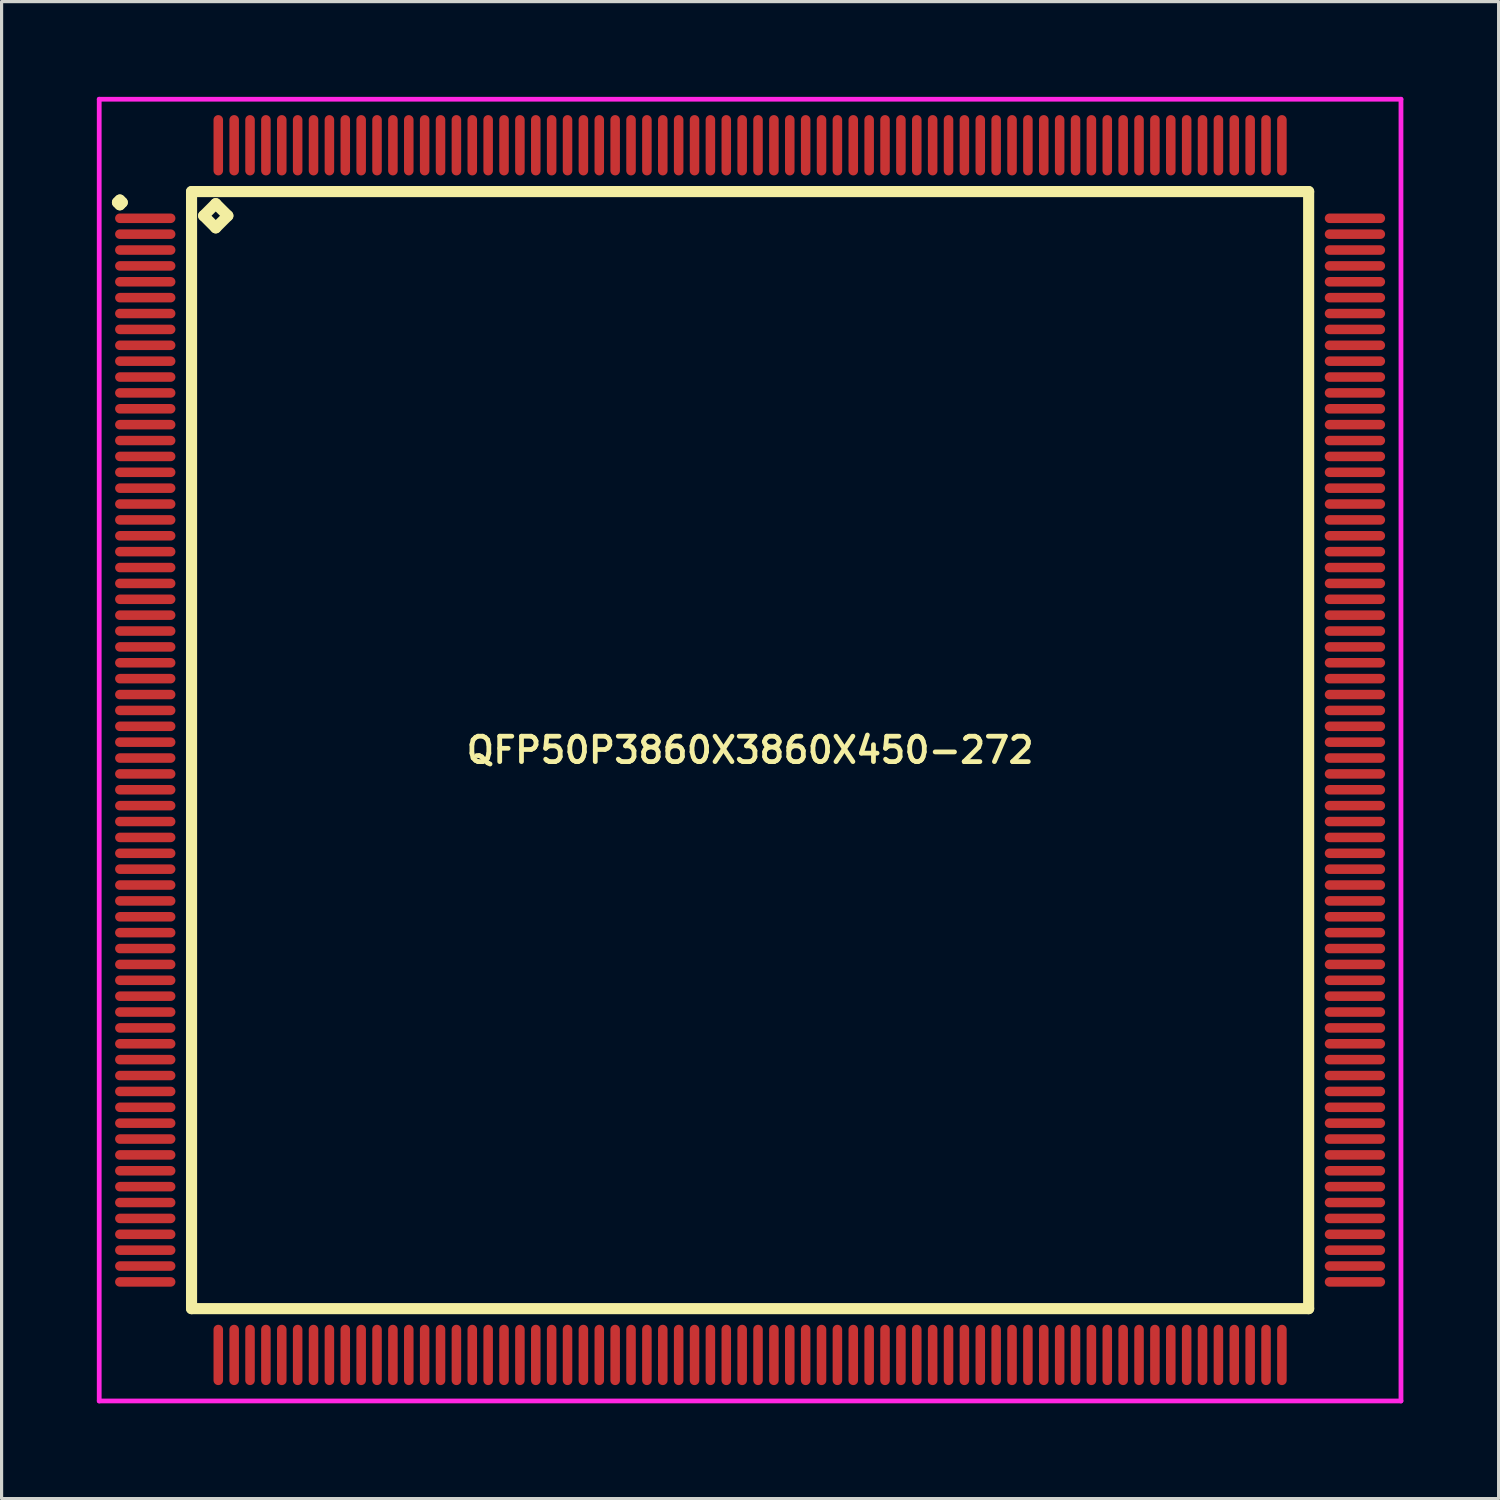
<source format=kicad_pcb>
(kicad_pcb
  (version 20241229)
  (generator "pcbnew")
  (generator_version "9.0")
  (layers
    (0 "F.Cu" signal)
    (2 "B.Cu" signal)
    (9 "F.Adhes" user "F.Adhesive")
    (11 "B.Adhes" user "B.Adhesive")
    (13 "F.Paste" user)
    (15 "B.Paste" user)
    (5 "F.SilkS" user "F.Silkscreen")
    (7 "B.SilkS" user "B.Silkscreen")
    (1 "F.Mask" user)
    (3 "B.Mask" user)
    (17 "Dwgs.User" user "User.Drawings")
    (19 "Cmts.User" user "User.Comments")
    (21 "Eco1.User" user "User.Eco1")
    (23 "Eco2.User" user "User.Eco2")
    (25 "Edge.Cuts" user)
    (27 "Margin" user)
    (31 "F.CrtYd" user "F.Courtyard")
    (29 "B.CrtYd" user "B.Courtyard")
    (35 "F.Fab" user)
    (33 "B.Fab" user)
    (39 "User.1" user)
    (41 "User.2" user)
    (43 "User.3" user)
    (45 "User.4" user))
  (footprint "QFP50P3860X3860X450-272"
    (layer "F.Cu")
    (at 20.575 20.575)
    (property "Reference" "QFP50P3860X3860X450-272" (at 0 0 0) (layer "F.SilkS") (effects (font (size 0.8 0.8) (thickness 0.15))))
    (attr smd)
    (fp_line (start -19.925 -17.25) (end -19.85 -17.325) (stroke (width 0.35) (type solid)) (layer "F.SilkS"))
    (fp_line (start -19.85 -17.325) (end -19.775 -17.25) (stroke (width 0.35) (type solid)) (layer "F.SilkS"))
    (fp_line (start -19.85 -17.175) (end -19.925 -17.25) (stroke (width 0.35) (type solid)) (layer "F.SilkS"))
    (fp_line (start -19.775 -17.25) (end -19.85 -17.175) (stroke (width 0.35) (type solid)) (layer "F.SilkS"))
    (fp_line (start -17.592 -17.592) (end -17.592 17.592) (stroke (width 0.35) (type solid)) (layer "F.SilkS"))
    (fp_line (start -17.592 17.592) (end 17.592 17.592) (stroke (width 0.35) (type solid)) (layer "F.SilkS"))
    (fp_line (start -17.211 -16.83) (end -16.83 -17.211) (stroke (width 0.35) (type solid)) (layer "F.SilkS"))
    (fp_line (start -16.83 -17.211) (end -16.449 -16.83) (stroke (width 0.35) (type solid)) (layer "F.SilkS"))
    (fp_line (start -16.83 -16.449) (end -17.211 -16.83) (stroke (width 0.35) (type solid)) (layer "F.SilkS"))
    (fp_line (start -16.449 -16.83) (end -16.83 -16.449) (stroke (width 0.35) (type solid)) (layer "F.SilkS"))
    (fp_line (start 17.592 -17.592) (end -17.592 -17.592) (stroke (width 0.35) (type solid)) (layer "F.SilkS"))
    (fp_line (start 17.592 17.592) (end 17.592 -17.592) (stroke (width 0.35) (type solid)) (layer "F.SilkS"))
    (fp_line (start -20.5 -20.5) (end 20.5 -20.5) (stroke (width 0.15) (type solid)) (layer "F.CrtYd"))
    (fp_line (start -20.5 20.5) (end -20.5 -20.5) (stroke (width 0.15) (type solid)) (layer "F.CrtYd"))
    (fp_line (start 20.5 -20.5) (end 20.5 20.5) (stroke (width 0.15) (type solid)) (layer "F.CrtYd"))
    (fp_line (start 20.5 20.5) (end -20.5 20.5) (stroke (width 0.15) (type solid)) (layer "F.CrtYd"))
    (pad "1" smd oval (at -19.05 -16.75) (size 1.9 0.3) (layers "F.Cu" "F.Mask" "F.Paste"))
    (pad "2" smd oval (at -19.05 -16.25) (size 1.9 0.3) (layers "F.Cu" "F.Mask" "F.Paste"))
    (pad "3" smd oval (at -19.05 -15.75) (size 1.9 0.3) (layers "F.Cu" "F.Mask" "F.Paste"))
    (pad "4" smd oval (at -19.05 -15.25) (size 1.9 0.3) (layers "F.Cu" "F.Mask" "F.Paste"))
    (pad "5" smd oval (at -19.05 -14.75) (size 1.9 0.3) (layers "F.Cu" "F.Mask" "F.Paste"))
    (pad "6" smd oval (at -19.05 -14.25) (size 1.9 0.3) (layers "F.Cu" "F.Mask" "F.Paste"))
    (pad "7" smd oval (at -19.05 -13.75) (size 1.9 0.3) (layers "F.Cu" "F.Mask" "F.Paste"))
    (pad "8" smd oval (at -19.05 -13.25) (size 1.9 0.3) (layers "F.Cu" "F.Mask" "F.Paste"))
    (pad "9" smd oval (at -19.05 -12.75) (size 1.9 0.3) (layers "F.Cu" "F.Mask" "F.Paste"))
    (pad "10" smd oval (at -19.05 -12.25) (size 1.9 0.3) (layers "F.Cu" "F.Mask" "F.Paste"))
    (pad "11" smd oval (at -19.05 -11.75) (size 1.9 0.3) (layers "F.Cu" "F.Mask" "F.Paste"))
    (pad "12" smd oval (at -19.05 -11.25) (size 1.9 0.3) (layers "F.Cu" "F.Mask" "F.Paste"))
    (pad "13" smd oval (at -19.05 -10.75) (size 1.9 0.3) (layers "F.Cu" "F.Mask" "F.Paste"))
    (pad "14" smd oval (at -19.05 -10.25) (size 1.9 0.3) (layers "F.Cu" "F.Mask" "F.Paste"))
    (pad "15" smd oval (at -19.05 -9.75) (size 1.9 0.3) (layers "F.Cu" "F.Mask" "F.Paste"))
    (pad "16" smd oval (at -19.05 -9.25) (size 1.9 0.3) (layers "F.Cu" "F.Mask" "F.Paste"))
    (pad "17" smd oval (at -19.05 -8.75) (size 1.9 0.3) (layers "F.Cu" "F.Mask" "F.Paste"))
    (pad "18" smd oval (at -19.05 -8.25) (size 1.9 0.3) (layers "F.Cu" "F.Mask" "F.Paste"))
    (pad "19" smd oval (at -19.05 -7.75) (size 1.9 0.3) (layers "F.Cu" "F.Mask" "F.Paste"))
    (pad "20" smd oval (at -19.05 -7.25) (size 1.9 0.3) (layers "F.Cu" "F.Mask" "F.Paste"))
    (pad "21" smd oval (at -19.05 -6.75) (size 1.9 0.3) (layers "F.Cu" "F.Mask" "F.Paste"))
    (pad "22" smd oval (at -19.05 -6.25) (size 1.9 0.3) (layers "F.Cu" "F.Mask" "F.Paste"))
    (pad "23" smd oval (at -19.05 -5.75) (size 1.9 0.3) (layers "F.Cu" "F.Mask" "F.Paste"))
    (pad "24" smd oval (at -19.05 -5.25) (size 1.9 0.3) (layers "F.Cu" "F.Mask" "F.Paste"))
    (pad "25" smd oval (at -19.05 -4.75) (size 1.9 0.3) (layers "F.Cu" "F.Mask" "F.Paste"))
    (pad "26" smd oval (at -19.05 -4.25) (size 1.9 0.3) (layers "F.Cu" "F.Mask" "F.Paste"))
    (pad "27" smd oval (at -19.05 -3.75) (size 1.9 0.3) (layers "F.Cu" "F.Mask" "F.Paste"))
    (pad "28" smd oval (at -19.05 -3.25) (size 1.9 0.3) (layers "F.Cu" "F.Mask" "F.Paste"))
    (pad "29" smd oval (at -19.05 -2.75) (size 1.9 0.3) (layers "F.Cu" "F.Mask" "F.Paste"))
    (pad "30" smd oval (at -19.05 -2.25) (size 1.9 0.3) (layers "F.Cu" "F.Mask" "F.Paste"))
    (pad "31" smd oval (at -19.05 -1.75) (size 1.9 0.3) (layers "F.Cu" "F.Mask" "F.Paste"))
    (pad "32" smd oval (at -19.05 -1.25) (size 1.9 0.3) (layers "F.Cu" "F.Mask" "F.Paste"))
    (pad "33" smd oval (at -19.05 -0.75) (size 1.9 0.3) (layers "F.Cu" "F.Mask" "F.Paste"))
    (pad "34" smd oval (at -19.05 -0.25) (size 1.9 0.3) (layers "F.Cu" "F.Mask" "F.Paste"))
    (pad "35" smd oval (at -19.05 0.25) (size 1.9 0.3) (layers "F.Cu" "F.Mask" "F.Paste"))
    (pad "36" smd oval (at -19.05 0.75) (size 1.9 0.3) (layers "F.Cu" "F.Mask" "F.Paste"))
    (pad "37" smd oval (at -19.05 1.25) (size 1.9 0.3) (layers "F.Cu" "F.Mask" "F.Paste"))
    (pad "38" smd oval (at -19.05 1.75) (size 1.9 0.3) (layers "F.Cu" "F.Mask" "F.Paste"))
    (pad "39" smd oval (at -19.05 2.25) (size 1.9 0.3) (layers "F.Cu" "F.Mask" "F.Paste"))
    (pad "40" smd oval (at -19.05 2.75) (size 1.9 0.3) (layers "F.Cu" "F.Mask" "F.Paste"))
    (pad "41" smd oval (at -19.05 3.25) (size 1.9 0.3) (layers "F.Cu" "F.Mask" "F.Paste"))
    (pad "42" smd oval (at -19.05 3.75) (size 1.9 0.3) (layers "F.Cu" "F.Mask" "F.Paste"))
    (pad "43" smd oval (at -19.05 4.25) (size 1.9 0.3) (layers "F.Cu" "F.Mask" "F.Paste"))
    (pad "44" smd oval (at -19.05 4.75) (size 1.9 0.3) (layers "F.Cu" "F.Mask" "F.Paste"))
    (pad "45" smd oval (at -19.05 5.25) (size 1.9 0.3) (layers "F.Cu" "F.Mask" "F.Paste"))
    (pad "46" smd oval (at -19.05 5.75) (size 1.9 0.3) (layers "F.Cu" "F.Mask" "F.Paste"))
    (pad "47" smd oval (at -19.05 6.25) (size 1.9 0.3) (layers "F.Cu" "F.Mask" "F.Paste"))
    (pad "48" smd oval (at -19.05 6.75) (size 1.9 0.3) (layers "F.Cu" "F.Mask" "F.Paste"))
    (pad "49" smd oval (at -19.05 7.25) (size 1.9 0.3) (layers "F.Cu" "F.Mask" "F.Paste"))
    (pad "50" smd oval (at -19.05 7.75) (size 1.9 0.3) (layers "F.Cu" "F.Mask" "F.Paste"))
    (pad "51" smd oval (at -19.05 8.25) (size 1.9 0.3) (layers "F.Cu" "F.Mask" "F.Paste"))
    (pad "52" smd oval (at -19.05 8.75) (size 1.9 0.3) (layers "F.Cu" "F.Mask" "F.Paste"))
    (pad "53" smd oval (at -19.05 9.25) (size 1.9 0.3) (layers "F.Cu" "F.Mask" "F.Paste"))
    (pad "54" smd oval (at -19.05 9.75) (size 1.9 0.3) (layers "F.Cu" "F.Mask" "F.Paste"))
    (pad "55" smd oval (at -19.05 10.25) (size 1.9 0.3) (layers "F.Cu" "F.Mask" "F.Paste"))
    (pad "56" smd oval (at -19.05 10.75) (size 1.9 0.3) (layers "F.Cu" "F.Mask" "F.Paste"))
    (pad "57" smd oval (at -19.05 11.25) (size 1.9 0.3) (layers "F.Cu" "F.Mask" "F.Paste"))
    (pad "58" smd oval (at -19.05 11.75) (size 1.9 0.3) (layers "F.Cu" "F.Mask" "F.Paste"))
    (pad "59" smd oval (at -19.05 12.25) (size 1.9 0.3) (layers "F.Cu" "F.Mask" "F.Paste"))
    (pad "60" smd oval (at -19.05 12.75) (size 1.9 0.3) (layers "F.Cu" "F.Mask" "F.Paste"))
    (pad "61" smd oval (at -19.05 13.25) (size 1.9 0.3) (layers "F.Cu" "F.Mask" "F.Paste"))
    (pad "62" smd oval (at -19.05 13.75) (size 1.9 0.3) (layers "F.Cu" "F.Mask" "F.Paste"))
    (pad "63" smd oval (at -19.05 14.25) (size 1.9 0.3) (layers "F.Cu" "F.Mask" "F.Paste"))
    (pad "64" smd oval (at -19.05 14.75) (size 1.9 0.3) (layers "F.Cu" "F.Mask" "F.Paste"))
    (pad "65" smd oval (at -19.05 15.25) (size 1.9 0.3) (layers "F.Cu" "F.Mask" "F.Paste"))
    (pad "66" smd oval (at -19.05 15.75) (size 1.9 0.3) (layers "F.Cu" "F.Mask" "F.Paste"))
    (pad "67" smd oval (at -19.05 16.25) (size 1.9 0.3) (layers "F.Cu" "F.Mask" "F.Paste"))
    (pad "68" smd oval (at -19.05 16.75) (size 1.9 0.3) (layers "F.Cu" "F.Mask" "F.Paste"))
    (pad "69" smd oval (at -16.75 19.05) (size 0.3 1.9) (layers "F.Cu" "F.Mask" "F.Paste"))
    (pad "70" smd oval (at -16.25 19.05) (size 0.3 1.9) (layers "F.Cu" "F.Mask" "F.Paste"))
    (pad "71" smd oval (at -15.75 19.05) (size 0.3 1.9) (layers "F.Cu" "F.Mask" "F.Paste"))
    (pad "72" smd oval (at -15.25 19.05) (size 0.3 1.9) (layers "F.Cu" "F.Mask" "F.Paste"))
    (pad "73" smd oval (at -14.75 19.05) (size 0.3 1.9) (layers "F.Cu" "F.Mask" "F.Paste"))
    (pad "74" smd oval (at -14.25 19.05) (size 0.3 1.9) (layers "F.Cu" "F.Mask" "F.Paste"))
    (pad "75" smd oval (at -13.75 19.05) (size 0.3 1.9) (layers "F.Cu" "F.Mask" "F.Paste"))
    (pad "76" smd oval (at -13.25 19.05) (size 0.3 1.9) (layers "F.Cu" "F.Mask" "F.Paste"))
    (pad "77" smd oval (at -12.75 19.05) (size 0.3 1.9) (layers "F.Cu" "F.Mask" "F.Paste"))
    (pad "78" smd oval (at -12.25 19.05) (size 0.3 1.9) (layers "F.Cu" "F.Mask" "F.Paste"))
    (pad "79" smd oval (at -11.75 19.05) (size 0.3 1.9) (layers "F.Cu" "F.Mask" "F.Paste"))
    (pad "80" smd oval (at -11.25 19.05) (size 0.3 1.9) (layers "F.Cu" "F.Mask" "F.Paste"))
    (pad "81" smd oval (at -10.75 19.05) (size 0.3 1.9) (layers "F.Cu" "F.Mask" "F.Paste"))
    (pad "82" smd oval (at -10.25 19.05) (size 0.3 1.9) (layers "F.Cu" "F.Mask" "F.Paste"))
    (pad "83" smd oval (at -9.75 19.05) (size 0.3 1.9) (layers "F.Cu" "F.Mask" "F.Paste"))
    (pad "84" smd oval (at -9.25 19.05) (size 0.3 1.9) (layers "F.Cu" "F.Mask" "F.Paste"))
    (pad "85" smd oval (at -8.75 19.05) (size 0.3 1.9) (layers "F.Cu" "F.Mask" "F.Paste"))
    (pad "86" smd oval (at -8.25 19.05) (size 0.3 1.9) (layers "F.Cu" "F.Mask" "F.Paste"))
    (pad "87" smd oval (at -7.75 19.05) (size 0.3 1.9) (layers "F.Cu" "F.Mask" "F.Paste"))
    (pad "88" smd oval (at -7.25 19.05) (size 0.3 1.9) (layers "F.Cu" "F.Mask" "F.Paste"))
    (pad "89" smd oval (at -6.75 19.05) (size 0.3 1.9) (layers "F.Cu" "F.Mask" "F.Paste"))
    (pad "90" smd oval (at -6.25 19.05) (size 0.3 1.9) (layers "F.Cu" "F.Mask" "F.Paste"))
    (pad "91" smd oval (at -5.75 19.05) (size 0.3 1.9) (layers "F.Cu" "F.Mask" "F.Paste"))
    (pad "92" smd oval (at -5.25 19.05) (size 0.3 1.9) (layers "F.Cu" "F.Mask" "F.Paste"))
    (pad "93" smd oval (at -4.75 19.05) (size 0.3 1.9) (layers "F.Cu" "F.Mask" "F.Paste"))
    (pad "94" smd oval (at -4.25 19.05) (size 0.3 1.9) (layers "F.Cu" "F.Mask" "F.Paste"))
    (pad "95" smd oval (at -3.75 19.05) (size 0.3 1.9) (layers "F.Cu" "F.Mask" "F.Paste"))
    (pad "96" smd oval (at -3.25 19.05) (size 0.3 1.9) (layers "F.Cu" "F.Mask" "F.Paste"))
    (pad "97" smd oval (at -2.75 19.05) (size 0.3 1.9) (layers "F.Cu" "F.Mask" "F.Paste"))
    (pad "98" smd oval (at -2.25 19.05) (size 0.3 1.9) (layers "F.Cu" "F.Mask" "F.Paste"))
    (pad "99" smd oval (at -1.75 19.05) (size 0.3 1.9) (layers "F.Cu" "F.Mask" "F.Paste"))
    (pad "100" smd oval (at -1.25 19.05) (size 0.3 1.9) (layers "F.Cu" "F.Mask" "F.Paste"))
    (pad "101" smd oval (at -0.75 19.05) (size 0.3 1.9) (layers "F.Cu" "F.Mask" "F.Paste"))
    (pad "102" smd oval (at -0.25 19.05) (size 0.3 1.9) (layers "F.Cu" "F.Mask" "F.Paste"))
    (pad "103" smd oval (at 0.25 19.05) (size 0.3 1.9) (layers "F.Cu" "F.Mask" "F.Paste"))
    (pad "104" smd oval (at 0.75 19.05) (size 0.3 1.9) (layers "F.Cu" "F.Mask" "F.Paste"))
    (pad "105" smd oval (at 1.25 19.05) (size 0.3 1.9) (layers "F.Cu" "F.Mask" "F.Paste"))
    (pad "106" smd oval (at 1.75 19.05) (size 0.3 1.9) (layers "F.Cu" "F.Mask" "F.Paste"))
    (pad "107" smd oval (at 2.25 19.05) (size 0.3 1.9) (layers "F.Cu" "F.Mask" "F.Paste"))
    (pad "108" smd oval (at 2.75 19.05) (size 0.3 1.9) (layers "F.Cu" "F.Mask" "F.Paste"))
    (pad "109" smd oval (at 3.25 19.05) (size 0.3 1.9) (layers "F.Cu" "F.Mask" "F.Paste"))
    (pad "110" smd oval (at 3.75 19.05) (size 0.3 1.9) (layers "F.Cu" "F.Mask" "F.Paste"))
    (pad "111" smd oval (at 4.25 19.05) (size 0.3 1.9) (layers "F.Cu" "F.Mask" "F.Paste"))
    (pad "112" smd oval (at 4.75 19.05) (size 0.3 1.9) (layers "F.Cu" "F.Mask" "F.Paste"))
    (pad "113" smd oval (at 5.25 19.05) (size 0.3 1.9) (layers "F.Cu" "F.Mask" "F.Paste"))
    (pad "114" smd oval (at 5.75 19.05) (size 0.3 1.9) (layers "F.Cu" "F.Mask" "F.Paste"))
    (pad "115" smd oval (at 6.25 19.05) (size 0.3 1.9) (layers "F.Cu" "F.Mask" "F.Paste"))
    (pad "116" smd oval (at 6.75 19.05) (size 0.3 1.9) (layers "F.Cu" "F.Mask" "F.Paste"))
    (pad "117" smd oval (at 7.25 19.05) (size 0.3 1.9) (layers "F.Cu" "F.Mask" "F.Paste"))
    (pad "118" smd oval (at 7.75 19.05) (size 0.3 1.9) (layers "F.Cu" "F.Mask" "F.Paste"))
    (pad "119" smd oval (at 8.25 19.05) (size 0.3 1.9) (layers "F.Cu" "F.Mask" "F.Paste"))
    (pad "120" smd oval (at 8.75 19.05) (size 0.3 1.9) (layers "F.Cu" "F.Mask" "F.Paste"))
    (pad "121" smd oval (at 9.25 19.05) (size 0.3 1.9) (layers "F.Cu" "F.Mask" "F.Paste"))
    (pad "122" smd oval (at 9.75 19.05) (size 0.3 1.9) (layers "F.Cu" "F.Mask" "F.Paste"))
    (pad "123" smd oval (at 10.25 19.05) (size 0.3 1.9) (layers "F.Cu" "F.Mask" "F.Paste"))
    (pad "124" smd oval (at 10.75 19.05) (size 0.3 1.9) (layers "F.Cu" "F.Mask" "F.Paste"))
    (pad "125" smd oval (at 11.25 19.05) (size 0.3 1.9) (layers "F.Cu" "F.Mask" "F.Paste"))
    (pad "126" smd oval (at 11.75 19.05) (size 0.3 1.9) (layers "F.Cu" "F.Mask" "F.Paste"))
    (pad "127" smd oval (at 12.25 19.05) (size 0.3 1.9) (layers "F.Cu" "F.Mask" "F.Paste"))
    (pad "128" smd oval (at 12.75 19.05) (size 0.3 1.9) (layers "F.Cu" "F.Mask" "F.Paste"))
    (pad "129" smd oval (at 13.25 19.05) (size 0.3 1.9) (layers "F.Cu" "F.Mask" "F.Paste"))
    (pad "130" smd oval (at 13.75 19.05) (size 0.3 1.9) (layers "F.Cu" "F.Mask" "F.Paste"))
    (pad "131" smd oval (at 14.25 19.05) (size 0.3 1.9) (layers "F.Cu" "F.Mask" "F.Paste"))
    (pad "132" smd oval (at 14.75 19.05) (size 0.3 1.9) (layers "F.Cu" "F.Mask" "F.Paste"))
    (pad "133" smd oval (at 15.25 19.05) (size 0.3 1.9) (layers "F.Cu" "F.Mask" "F.Paste"))
    (pad "134" smd oval (at 15.75 19.05) (size 0.3 1.9) (layers "F.Cu" "F.Mask" "F.Paste"))
    (pad "135" smd oval (at 16.25 19.05) (size 0.3 1.9) (layers "F.Cu" "F.Mask" "F.Paste"))
    (pad "136" smd oval (at 16.75 19.05) (size 0.3 1.9) (layers "F.Cu" "F.Mask" "F.Paste"))
    (pad "137" smd oval (at 19.05 16.75) (size 1.9 0.3) (layers "F.Cu" "F.Mask" "F.Paste"))
    (pad "138" smd oval (at 19.05 16.25) (size 1.9 0.3) (layers "F.Cu" "F.Mask" "F.Paste"))
    (pad "139" smd oval (at 19.05 15.75) (size 1.9 0.3) (layers "F.Cu" "F.Mask" "F.Paste"))
    (pad "140" smd oval (at 19.05 15.25) (size 1.9 0.3) (layers "F.Cu" "F.Mask" "F.Paste"))
    (pad "141" smd oval (at 19.05 14.75) (size 1.9 0.3) (layers "F.Cu" "F.Mask" "F.Paste"))
    (pad "142" smd oval (at 19.05 14.25) (size 1.9 0.3) (layers "F.Cu" "F.Mask" "F.Paste"))
    (pad "143" smd oval (at 19.05 13.75) (size 1.9 0.3) (layers "F.Cu" "F.Mask" "F.Paste"))
    (pad "144" smd oval (at 19.05 13.25) (size 1.9 0.3) (layers "F.Cu" "F.Mask" "F.Paste"))
    (pad "145" smd oval (at 19.05 12.75) (size 1.9 0.3) (layers "F.Cu" "F.Mask" "F.Paste"))
    (pad "146" smd oval (at 19.05 12.25) (size 1.9 0.3) (layers "F.Cu" "F.Mask" "F.Paste"))
    (pad "147" smd oval (at 19.05 11.75) (size 1.9 0.3) (layers "F.Cu" "F.Mask" "F.Paste"))
    (pad "148" smd oval (at 19.05 11.25) (size 1.9 0.3) (layers "F.Cu" "F.Mask" "F.Paste"))
    (pad "149" smd oval (at 19.05 10.75) (size 1.9 0.3) (layers "F.Cu" "F.Mask" "F.Paste"))
    (pad "150" smd oval (at 19.05 10.25) (size 1.9 0.3) (layers "F.Cu" "F.Mask" "F.Paste"))
    (pad "151" smd oval (at 19.05 9.75) (size 1.9 0.3) (layers "F.Cu" "F.Mask" "F.Paste"))
    (pad "152" smd oval (at 19.05 9.25) (size 1.9 0.3) (layers "F.Cu" "F.Mask" "F.Paste"))
    (pad "153" smd oval (at 19.05 8.75) (size 1.9 0.3) (layers "F.Cu" "F.Mask" "F.Paste"))
    (pad "154" smd oval (at 19.05 8.25) (size 1.9 0.3) (layers "F.Cu" "F.Mask" "F.Paste"))
    (pad "155" smd oval (at 19.05 7.75) (size 1.9 0.3) (layers "F.Cu" "F.Mask" "F.Paste"))
    (pad "156" smd oval (at 19.05 7.25) (size 1.9 0.3) (layers "F.Cu" "F.Mask" "F.Paste"))
    (pad "157" smd oval (at 19.05 6.75) (size 1.9 0.3) (layers "F.Cu" "F.Mask" "F.Paste"))
    (pad "158" smd oval (at 19.05 6.25) (size 1.9 0.3) (layers "F.Cu" "F.Mask" "F.Paste"))
    (pad "159" smd oval (at 19.05 5.75) (size 1.9 0.3) (layers "F.Cu" "F.Mask" "F.Paste"))
    (pad "160" smd oval (at 19.05 5.25) (size 1.9 0.3) (layers "F.Cu" "F.Mask" "F.Paste"))
    (pad "161" smd oval (at 19.05 4.75) (size 1.9 0.3) (layers "F.Cu" "F.Mask" "F.Paste"))
    (pad "162" smd oval (at 19.05 4.25) (size 1.9 0.3) (layers "F.Cu" "F.Mask" "F.Paste"))
    (pad "163" smd oval (at 19.05 3.75) (size 1.9 0.3) (layers "F.Cu" "F.Mask" "F.Paste"))
    (pad "164" smd oval (at 19.05 3.25) (size 1.9 0.3) (layers "F.Cu" "F.Mask" "F.Paste"))
    (pad "165" smd oval (at 19.05 2.75) (size 1.9 0.3) (layers "F.Cu" "F.Mask" "F.Paste"))
    (pad "166" smd oval (at 19.05 2.25) (size 1.9 0.3) (layers "F.Cu" "F.Mask" "F.Paste"))
    (pad "167" smd oval (at 19.05 1.75) (size 1.9 0.3) (layers "F.Cu" "F.Mask" "F.Paste"))
    (pad "168" smd oval (at 19.05 1.25) (size 1.9 0.3) (layers "F.Cu" "F.Mask" "F.Paste"))
    (pad "169" smd oval (at 19.05 0.75) (size 1.9 0.3) (layers "F.Cu" "F.Mask" "F.Paste"))
    (pad "170" smd oval (at 19.05 0.25) (size 1.9 0.3) (layers "F.Cu" "F.Mask" "F.Paste"))
    (pad "171" smd oval (at 19.05 -0.25) (size 1.9 0.3) (layers "F.Cu" "F.Mask" "F.Paste"))
    (pad "172" smd oval (at 19.05 -0.75) (size 1.9 0.3) (layers "F.Cu" "F.Mask" "F.Paste"))
    (pad "173" smd oval (at 19.05 -1.25) (size 1.9 0.3) (layers "F.Cu" "F.Mask" "F.Paste"))
    (pad "174" smd oval (at 19.05 -1.75) (size 1.9 0.3) (layers "F.Cu" "F.Mask" "F.Paste"))
    (pad "175" smd oval (at 19.05 -2.25) (size 1.9 0.3) (layers "F.Cu" "F.Mask" "F.Paste"))
    (pad "176" smd oval (at 19.05 -2.75) (size 1.9 0.3) (layers "F.Cu" "F.Mask" "F.Paste"))
    (pad "177" smd oval (at 19.05 -3.25) (size 1.9 0.3) (layers "F.Cu" "F.Mask" "F.Paste"))
    (pad "178" smd oval (at 19.05 -3.75) (size 1.9 0.3) (layers "F.Cu" "F.Mask" "F.Paste"))
    (pad "179" smd oval (at 19.05 -4.25) (size 1.9 0.3) (layers "F.Cu" "F.Mask" "F.Paste"))
    (pad "180" smd oval (at 19.05 -4.75) (size 1.9 0.3) (layers "F.Cu" "F.Mask" "F.Paste"))
    (pad "181" smd oval (at 19.05 -5.25) (size 1.9 0.3) (layers "F.Cu" "F.Mask" "F.Paste"))
    (pad "182" smd oval (at 19.05 -5.75) (size 1.9 0.3) (layers "F.Cu" "F.Mask" "F.Paste"))
    (pad "183" smd oval (at 19.05 -6.25) (size 1.9 0.3) (layers "F.Cu" "F.Mask" "F.Paste"))
    (pad "184" smd oval (at 19.05 -6.75) (size 1.9 0.3) (layers "F.Cu" "F.Mask" "F.Paste"))
    (pad "185" smd oval (at 19.05 -7.25) (size 1.9 0.3) (layers "F.Cu" "F.Mask" "F.Paste"))
    (pad "186" smd oval (at 19.05 -7.75) (size 1.9 0.3) (layers "F.Cu" "F.Mask" "F.Paste"))
    (pad "187" smd oval (at 19.05 -8.25) (size 1.9 0.3) (layers "F.Cu" "F.Mask" "F.Paste"))
    (pad "188" smd oval (at 19.05 -8.75) (size 1.9 0.3) (layers "F.Cu" "F.Mask" "F.Paste"))
    (pad "189" smd oval (at 19.05 -9.25) (size 1.9 0.3) (layers "F.Cu" "F.Mask" "F.Paste"))
    (pad "190" smd oval (at 19.05 -9.75) (size 1.9 0.3) (layers "F.Cu" "F.Mask" "F.Paste"))
    (pad "191" smd oval (at 19.05 -10.25) (size 1.9 0.3) (layers "F.Cu" "F.Mask" "F.Paste"))
    (pad "192" smd oval (at 19.05 -10.75) (size 1.9 0.3) (layers "F.Cu" "F.Mask" "F.Paste"))
    (pad "193" smd oval (at 19.05 -11.25) (size 1.9 0.3) (layers "F.Cu" "F.Mask" "F.Paste"))
    (pad "194" smd oval (at 19.05 -11.75) (size 1.9 0.3) (layers "F.Cu" "F.Mask" "F.Paste"))
    (pad "195" smd oval (at 19.05 -12.25) (size 1.9 0.3) (layers "F.Cu" "F.Mask" "F.Paste"))
    (pad "196" smd oval (at 19.05 -12.75) (size 1.9 0.3) (layers "F.Cu" "F.Mask" "F.Paste"))
    (pad "197" smd oval (at 19.05 -13.25) (size 1.9 0.3) (layers "F.Cu" "F.Mask" "F.Paste"))
    (pad "198" smd oval (at 19.05 -13.75) (size 1.9 0.3) (layers "F.Cu" "F.Mask" "F.Paste"))
    (pad "199" smd oval (at 19.05 -14.25) (size 1.9 0.3) (layers "F.Cu" "F.Mask" "F.Paste"))
    (pad "200" smd oval (at 19.05 -14.75) (size 1.9 0.3) (layers "F.Cu" "F.Mask" "F.Paste"))
    (pad "201" smd oval (at 19.05 -15.25) (size 1.9 0.3) (layers "F.Cu" "F.Mask" "F.Paste"))
    (pad "202" smd oval (at 19.05 -15.75) (size 1.9 0.3) (layers "F.Cu" "F.Mask" "F.Paste"))
    (pad "203" smd oval (at 19.05 -16.25) (size 1.9 0.3) (layers "F.Cu" "F.Mask" "F.Paste"))
    (pad "204" smd oval (at 19.05 -16.75) (size 1.9 0.3) (layers "F.Cu" "F.Mask" "F.Paste"))
    (pad "205" smd oval (at 16.75 -19.05) (size 0.3 1.9) (layers "F.Cu" "F.Mask" "F.Paste"))
    (pad "206" smd oval (at 16.25 -19.05) (size 0.3 1.9) (layers "F.Cu" "F.Mask" "F.Paste"))
    (pad "207" smd oval (at 15.75 -19.05) (size 0.3 1.9) (layers "F.Cu" "F.Mask" "F.Paste"))
    (pad "208" smd oval (at 15.25 -19.05) (size 0.3 1.9) (layers "F.Cu" "F.Mask" "F.Paste"))
    (pad "209" smd oval (at 14.75 -19.05) (size 0.3 1.9) (layers "F.Cu" "F.Mask" "F.Paste"))
    (pad "210" smd oval (at 14.25 -19.05) (size 0.3 1.9) (layers "F.Cu" "F.Mask" "F.Paste"))
    (pad "211" smd oval (at 13.75 -19.05) (size 0.3 1.9) (layers "F.Cu" "F.Mask" "F.Paste"))
    (pad "212" smd oval (at 13.25 -19.05) (size 0.3 1.9) (layers "F.Cu" "F.Mask" "F.Paste"))
    (pad "213" smd oval (at 12.75 -19.05) (size 0.3 1.9) (layers "F.Cu" "F.Mask" "F.Paste"))
    (pad "214" smd oval (at 12.25 -19.05) (size 0.3 1.9) (layers "F.Cu" "F.Mask" "F.Paste"))
    (pad "215" smd oval (at 11.75 -19.05) (size 0.3 1.9) (layers "F.Cu" "F.Mask" "F.Paste"))
    (pad "216" smd oval (at 11.25 -19.05) (size 0.3 1.9) (layers "F.Cu" "F.Mask" "F.Paste"))
    (pad "217" smd oval (at 10.75 -19.05) (size 0.3 1.9) (layers "F.Cu" "F.Mask" "F.Paste"))
    (pad "218" smd oval (at 10.25 -19.05) (size 0.3 1.9) (layers "F.Cu" "F.Mask" "F.Paste"))
    (pad "219" smd oval (at 9.75 -19.05) (size 0.3 1.9) (layers "F.Cu" "F.Mask" "F.Paste"))
    (pad "220" smd oval (at 9.25 -19.05) (size 0.3 1.9) (layers "F.Cu" "F.Mask" "F.Paste"))
    (pad "221" smd oval (at 8.75 -19.05) (size 0.3 1.9) (layers "F.Cu" "F.Mask" "F.Paste"))
    (pad "222" smd oval (at 8.25 -19.05) (size 0.3 1.9) (layers "F.Cu" "F.Mask" "F.Paste"))
    (pad "223" smd oval (at 7.75 -19.05) (size 0.3 1.9) (layers "F.Cu" "F.Mask" "F.Paste"))
    (pad "224" smd oval (at 7.25 -19.05) (size 0.3 1.9) (layers "F.Cu" "F.Mask" "F.Paste"))
    (pad "225" smd oval (at 6.75 -19.05) (size 0.3 1.9) (layers "F.Cu" "F.Mask" "F.Paste"))
    (pad "226" smd oval (at 6.25 -19.05) (size 0.3 1.9) (layers "F.Cu" "F.Mask" "F.Paste"))
    (pad "227" smd oval (at 5.75 -19.05) (size 0.3 1.9) (layers "F.Cu" "F.Mask" "F.Paste"))
    (pad "228" smd oval (at 5.25 -19.05) (size 0.3 1.9) (layers "F.Cu" "F.Mask" "F.Paste"))
    (pad "229" smd oval (at 4.75 -19.05) (size 0.3 1.9) (layers "F.Cu" "F.Mask" "F.Paste"))
    (pad "230" smd oval (at 4.25 -19.05) (size 0.3 1.9) (layers "F.Cu" "F.Mask" "F.Paste"))
    (pad "231" smd oval (at 3.75 -19.05) (size 0.3 1.9) (layers "F.Cu" "F.Mask" "F.Paste"))
    (pad "232" smd oval (at 3.25 -19.05) (size 0.3 1.9) (layers "F.Cu" "F.Mask" "F.Paste"))
    (pad "233" smd oval (at 2.75 -19.05) (size 0.3 1.9) (layers "F.Cu" "F.Mask" "F.Paste"))
    (pad "234" smd oval (at 2.25 -19.05) (size 0.3 1.9) (layers "F.Cu" "F.Mask" "F.Paste"))
    (pad "235" smd oval (at 1.75 -19.05) (size 0.3 1.9) (layers "F.Cu" "F.Mask" "F.Paste"))
    (pad "236" smd oval (at 1.25 -19.05) (size 0.3 1.9) (layers "F.Cu" "F.Mask" "F.Paste"))
    (pad "237" smd oval (at 0.75 -19.05) (size 0.3 1.9) (layers "F.Cu" "F.Mask" "F.Paste"))
    (pad "238" smd oval (at 0.25 -19.05) (size 0.3 1.9) (layers "F.Cu" "F.Mask" "F.Paste"))
    (pad "239" smd oval (at -0.25 -19.05) (size 0.3 1.9) (layers "F.Cu" "F.Mask" "F.Paste"))
    (pad "240" smd oval (at -0.75 -19.05) (size 0.3 1.9) (layers "F.Cu" "F.Mask" "F.Paste"))
    (pad "241" smd oval (at -1.25 -19.05) (size 0.3 1.9) (layers "F.Cu" "F.Mask" "F.Paste"))
    (pad "242" smd oval (at -1.75 -19.05) (size 0.3 1.9) (layers "F.Cu" "F.Mask" "F.Paste"))
    (pad "243" smd oval (at -2.25 -19.05) (size 0.3 1.9) (layers "F.Cu" "F.Mask" "F.Paste"))
    (pad "244" smd oval (at -2.75 -19.05) (size 0.3 1.9) (layers "F.Cu" "F.Mask" "F.Paste"))
    (pad "245" smd oval (at -3.25 -19.05) (size 0.3 1.9) (layers "F.Cu" "F.Mask" "F.Paste"))
    (pad "246" smd oval (at -3.75 -19.05) (size 0.3 1.9) (layers "F.Cu" "F.Mask" "F.Paste"))
    (pad "247" smd oval (at -4.25 -19.05) (size 0.3 1.9) (layers "F.Cu" "F.Mask" "F.Paste"))
    (pad "248" smd oval (at -4.75 -19.05) (size 0.3 1.9) (layers "F.Cu" "F.Mask" "F.Paste"))
    (pad "249" smd oval (at -5.25 -19.05) (size 0.3 1.9) (layers "F.Cu" "F.Mask" "F.Paste"))
    (pad "250" smd oval (at -5.75 -19.05) (size 0.3 1.9) (layers "F.Cu" "F.Mask" "F.Paste"))
    (pad "251" smd oval (at -6.25 -19.05) (size 0.3 1.9) (layers "F.Cu" "F.Mask" "F.Paste"))
    (pad "252" smd oval (at -6.75 -19.05) (size 0.3 1.9) (layers "F.Cu" "F.Mask" "F.Paste"))
    (pad "253" smd oval (at -7.25 -19.05) (size 0.3 1.9) (layers "F.Cu" "F.Mask" "F.Paste"))
    (pad "254" smd oval (at -7.75 -19.05) (size 0.3 1.9) (layers "F.Cu" "F.Mask" "F.Paste"))
    (pad "255" smd oval (at -8.25 -19.05) (size 0.3 1.9) (layers "F.Cu" "F.Mask" "F.Paste"))
    (pad "256" smd oval (at -8.75 -19.05) (size 0.3 1.9) (layers "F.Cu" "F.Mask" "F.Paste"))
    (pad "257" smd oval (at -9.25 -19.05) (size 0.3 1.9) (layers "F.Cu" "F.Mask" "F.Paste"))
    (pad "258" smd oval (at -9.75 -19.05) (size 0.3 1.9) (layers "F.Cu" "F.Mask" "F.Paste"))
    (pad "259" smd oval (at -10.25 -19.05) (size 0.3 1.9) (layers "F.Cu" "F.Mask" "F.Paste"))
    (pad "260" smd oval (at -10.75 -19.05) (size 0.3 1.9) (layers "F.Cu" "F.Mask" "F.Paste"))
    (pad "261" smd oval (at -11.25 -19.05) (size 0.3 1.9) (layers "F.Cu" "F.Mask" "F.Paste"))
    (pad "262" smd oval (at -11.75 -19.05) (size 0.3 1.9) (layers "F.Cu" "F.Mask" "F.Paste"))
    (pad "263" smd oval (at -12.25 -19.05) (size 0.3 1.9) (layers "F.Cu" "F.Mask" "F.Paste"))
    (pad "264" smd oval (at -12.75 -19.05) (size 0.3 1.9) (layers "F.Cu" "F.Mask" "F.Paste"))
    (pad "265" smd oval (at -13.25 -19.05) (size 0.3 1.9) (layers "F.Cu" "F.Mask" "F.Paste"))
    (pad "266" smd oval (at -13.75 -19.05) (size 0.3 1.9) (layers "F.Cu" "F.Mask" "F.Paste"))
    (pad "267" smd oval (at -14.25 -19.05) (size 0.3 1.9) (layers "F.Cu" "F.Mask" "F.Paste"))
    (pad "268" smd oval (at -14.75 -19.05) (size 0.3 1.9) (layers "F.Cu" "F.Mask" "F.Paste"))
    (pad "269" smd oval (at -15.25 -19.05) (size 0.3 1.9) (layers "F.Cu" "F.Mask" "F.Paste"))
    (pad "270" smd oval (at -15.75 -19.05) (size 0.3 1.9) (layers "F.Cu" "F.Mask" "F.Paste"))
    (pad "271" smd oval (at -16.25 -19.05) (size 0.3 1.9) (layers "F.Cu" "F.Mask" "F.Paste"))
    (pad "272" smd oval (at -16.75 -19.05) (size 0.3 1.9) (layers "F.Cu" "F.Mask" "F.Paste")))
  (gr_rect
    (start -3 -3)
    (end 44.15 44.15)
    (stroke (width 0.1) (type default))
    (fill no)
    (layer "Edge.Cuts")))
</source>
